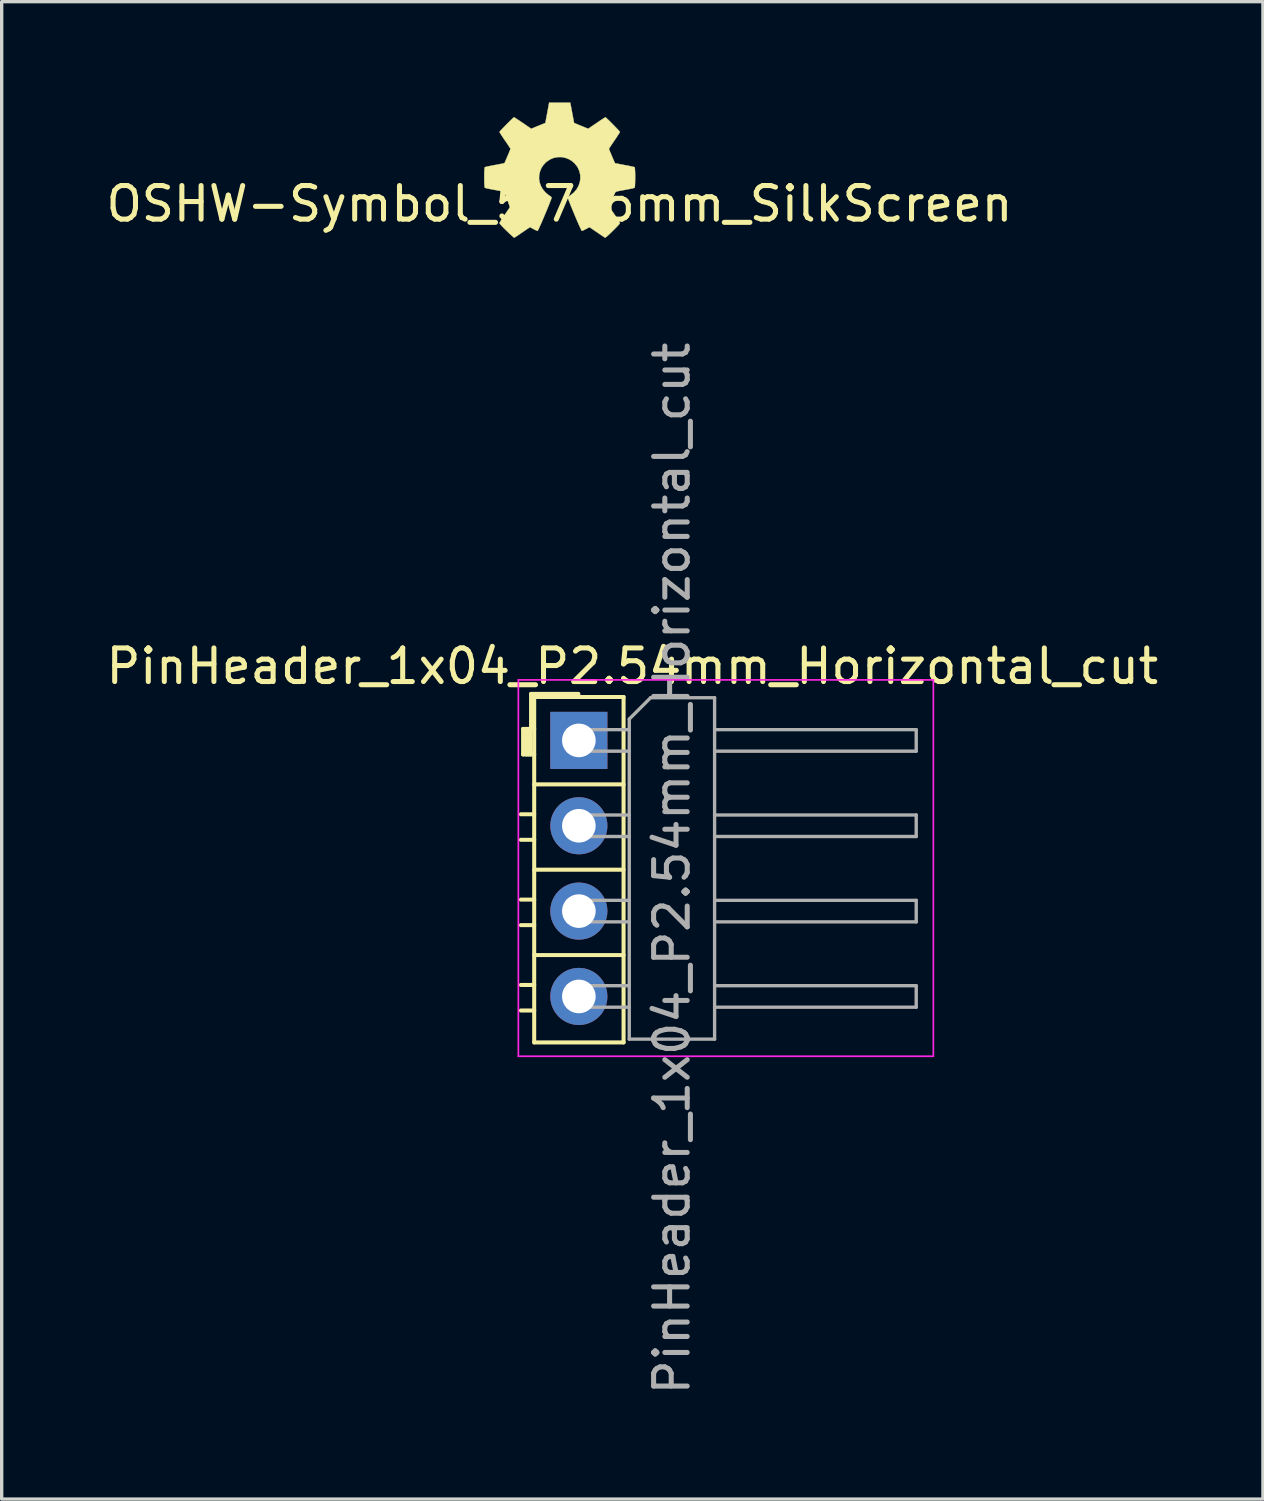
<source format=kicad_pcb>
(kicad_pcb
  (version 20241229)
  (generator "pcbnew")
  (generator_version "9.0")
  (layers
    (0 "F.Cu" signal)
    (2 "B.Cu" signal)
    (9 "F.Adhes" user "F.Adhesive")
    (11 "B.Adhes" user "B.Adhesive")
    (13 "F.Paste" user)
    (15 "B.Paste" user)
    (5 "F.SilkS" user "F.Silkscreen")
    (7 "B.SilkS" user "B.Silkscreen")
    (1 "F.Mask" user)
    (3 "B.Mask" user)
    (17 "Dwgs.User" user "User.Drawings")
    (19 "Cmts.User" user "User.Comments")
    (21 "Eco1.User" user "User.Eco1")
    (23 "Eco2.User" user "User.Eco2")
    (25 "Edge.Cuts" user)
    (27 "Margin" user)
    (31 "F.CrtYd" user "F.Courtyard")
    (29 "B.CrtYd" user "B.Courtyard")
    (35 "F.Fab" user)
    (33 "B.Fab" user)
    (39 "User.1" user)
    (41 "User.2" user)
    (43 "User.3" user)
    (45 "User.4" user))
  (footprint "PinHeader_1x04_P2.54mm_Horizontal_cut"
    (layer "F.Cu")
    (at 14.177 18.985)
    (property "Reference" "PinHeader_1x04_P2.54mm_Horizontal_cut" (at 1.591 -2.207 0) (layer "F.SilkS") (effects (font (size 1 1) (thickness 0.15))))
    (attr through_hole)
    (fp_line (start -1.726 2.198) (end -1.329 2.198) (stroke (width 0.12) (type solid)) (layer "F.SilkS"))
    (fp_line (start -1.726 2.958) (end -1.329 2.958) (stroke (width 0.12) (type solid)) (layer "F.SilkS"))
    (fp_line (start -1.726 4.738) (end -1.329 4.738) (stroke (width 0.12) (type solid)) (layer "F.SilkS"))
    (fp_line (start -1.726 5.498) (end -1.329 5.498) (stroke (width 0.12) (type solid)) (layer "F.SilkS"))
    (fp_line (start -1.726 7.278) (end -1.329 7.278) (stroke (width 0.12) (type solid)) (layer "F.SilkS"))
    (fp_line (start -1.726 8.038) (end -1.329 8.038) (stroke (width 0.12) (type solid)) (layer "F.SilkS"))
    (fp_line (start -1.659 -0.342) (end -1.329 -0.342) (stroke (width 0.12) (type solid)) (layer "F.SilkS"))
    (fp_line (start -1.659 0.418) (end -1.659 -0.342) (stroke (width 0.12) (type solid)) (layer "F.SilkS"))
    (fp_line (start -1.659 0.418) (end -1.329 0.418) (stroke (width 0.12) (type solid)) (layer "F.SilkS"))
    (fp_line (start -1.562 0.419) (end -1.562 -0.343) (stroke (width 0.12) (type solid)) (layer "F.SilkS"))
    (fp_line (start -1.499 -0.343) (end -1.499 0.419) (stroke (width 0.12) (type solid)) (layer "F.SilkS"))
    (fp_line (start -1.435 0.419) (end -1.435 -0.343) (stroke (width 0.12) (type solid)) (layer "F.SilkS"))
    (fp_line (start -1.422 -1.384) (end -0.013 -1.384) (stroke (width 0.12) (type solid)) (layer "F.SilkS"))
    (fp_line (start -1.422 -0.368) (end -1.422 -1.384) (stroke (width 0.12) (type solid)) (layer "F.SilkS"))
    (fp_line (start -1.329 -1.292) (end -1.329 8.988) (stroke (width 0.12) (type solid)) (layer "F.SilkS"))
    (fp_line (start -1.329 1.308) (end 1.331 1.308) (stroke (width 0.12) (type solid)) (layer "F.SilkS"))
    (fp_line (start -1.329 3.848) (end 1.331 3.848) (stroke (width 0.12) (type solid)) (layer "F.SilkS"))
    (fp_line (start -1.329 6.388) (end 1.331 6.388) (stroke (width 0.12) (type solid)) (layer "F.SilkS"))
    (fp_line (start -1.329 8.988) (end 1.331 8.988) (stroke (width 0.12) (type solid)) (layer "F.SilkS"))
    (fp_line (start 1.331 -1.292) (end -1.329 -1.292) (stroke (width 0.12) (type solid)) (layer "F.SilkS"))
    (fp_line (start 1.331 8.988) (end 1.331 -1.292) (stroke (width 0.12) (type solid)) (layer "F.SilkS"))
    (fp_line (start -1.8 -1.8) (end -1.8 9.4) (stroke (width 0.05) (type solid)) (layer "F.CrtYd"))
    (fp_line (start -1.8 9.4) (end 10.55 9.4) (stroke (width 0.05) (type solid)) (layer "F.CrtYd"))
    (fp_line (start 10.55 -1.8) (end -1.8 -1.8) (stroke (width 0.05) (type solid)) (layer "F.CrtYd"))
    (fp_line (start 10.55 9.4) (end 10.55 -1.8) (stroke (width 0.05) (type solid)) (layer "F.CrtYd"))
    (fp_line (start -0.32 -0.32) (end -0.32 0.32) (stroke (width 0.1) (type solid)) (layer "F.Fab"))
    (fp_line (start -0.32 -0.32) (end 1.5 -0.32) (stroke (width 0.1) (type solid)) (layer "F.Fab"))
    (fp_line (start -0.32 0.32) (end 1.5 0.32) (stroke (width 0.1) (type solid)) (layer "F.Fab"))
    (fp_line (start -0.32 2.22) (end -0.32 2.86) (stroke (width 0.1) (type solid)) (layer "F.Fab"))
    (fp_line (start -0.32 2.22) (end 1.5 2.22) (stroke (width 0.1) (type solid)) (layer "F.Fab"))
    (fp_line (start -0.32 2.86) (end 1.5 2.86) (stroke (width 0.1) (type solid)) (layer "F.Fab"))
    (fp_line (start -0.32 4.76) (end -0.32 5.4) (stroke (width 0.1) (type solid)) (layer "F.Fab"))
    (fp_line (start -0.32 4.76) (end 1.5 4.76) (stroke (width 0.1) (type solid)) (layer "F.Fab"))
    (fp_line (start -0.32 5.4) (end 1.5 5.4) (stroke (width 0.1) (type solid)) (layer "F.Fab"))
    (fp_line (start -0.32 7.3) (end -0.32 7.94) (stroke (width 0.1) (type solid)) (layer "F.Fab"))
    (fp_line (start -0.32 7.3) (end 1.5 7.3) (stroke (width 0.1) (type solid)) (layer "F.Fab"))
    (fp_line (start -0.32 7.94) (end 1.5 7.94) (stroke (width 0.1) (type solid)) (layer "F.Fab"))
    (fp_line (start 1.5 -0.635) (end 2.135 -1.27) (stroke (width 0.1) (type solid)) (layer "F.Fab"))
    (fp_line (start 1.5 8.89) (end 1.5 -0.635) (stroke (width 0.1) (type solid)) (layer "F.Fab"))
    (fp_line (start 2.135 -1.27) (end 4.04 -1.27) (stroke (width 0.1) (type solid)) (layer "F.Fab"))
    (fp_line (start 4.04 -1.27) (end 4.04 8.89) (stroke (width 0.1) (type solid)) (layer "F.Fab"))
    (fp_line (start 4.04 -0.32) (end 10.04 -0.32) (stroke (width 0.1) (type solid)) (layer "F.Fab"))
    (fp_line (start 4.04 0.32) (end 10.04 0.32) (stroke (width 0.1) (type solid)) (layer "F.Fab"))
    (fp_line (start 4.04 2.22) (end 10.04 2.22) (stroke (width 0.1) (type solid)) (layer "F.Fab"))
    (fp_line (start 4.04 2.86) (end 10.04 2.86) (stroke (width 0.1) (type solid)) (layer "F.Fab"))
    (fp_line (start 4.04 4.76) (end 10.04 4.76) (stroke (width 0.1) (type solid)) (layer "F.Fab"))
    (fp_line (start 4.04 5.4) (end 10.04 5.4) (stroke (width 0.1) (type solid)) (layer "F.Fab"))
    (fp_line (start 4.04 7.3) (end 10.04 7.3) (stroke (width 0.1) (type solid)) (layer "F.Fab"))
    (fp_line (start 4.04 7.94) (end 10.04 7.94) (stroke (width 0.1) (type solid)) (layer "F.Fab"))
    (fp_line (start 4.04 8.89) (end 1.5 8.89) (stroke (width 0.1) (type solid)) (layer "F.Fab"))
    (fp_line (start 10.04 -0.32) (end 10.04 0.32) (stroke (width 0.1) (type solid)) (layer "F.Fab"))
    (fp_line (start 10.04 2.22) (end 10.04 2.86) (stroke (width 0.1) (type solid)) (layer "F.Fab"))
    (fp_line (start 10.04 4.76) (end 10.04 5.4) (stroke (width 0.1) (type solid)) (layer "F.Fab"))
    (fp_line (start 10.04 7.3) (end 10.04 7.94) (stroke (width 0.1) (type solid)) (layer "F.Fab"))
    (fp_text user "${REFERENCE}" (at 2.77 3.81 90) (layer "F.Fab") (effects (font (size 1 1) (thickness 0.15))))
    (pad "1" thru_hole rect (at 0 0) (size 1.7 1.7) (drill 1) (layers "*.Cu" "*.Mask"))
    (pad "2" thru_hole oval (at 0 2.54) (size 1.7 1.7) (drill 1) (layers "*.Cu" "*.Mask"))
    (pad "3" thru_hole oval (at 0 5.08) (size 1.7 1.7) (drill 1) (layers "*.Cu" "*.Mask"))
    (pad "4" thru_hole oval (at 0 7.62) (size 1.7 1.7) (drill 1) (layers "*.Cu" "*.Mask")))
  (footprint "OSHW-Symbol_5.7x6mm_SilkScreen"
    (layer "F.Cu")
    (at 13.601 3.017)
    (property "Reference" "OSHW-Symbol_5.7x6mm_SilkScreen" (at 0 0 0) (layer "F.SilkS") (effects (font (size 1 1) (thickness 0.15))))
    (attr exclude_from_pos_files exclude_from_bom)
    (fp_poly (pts (xy 0.377 -2.71) (xy 0.434 -2.408) (xy 0.853 -2.235) (xy 1.105 -2.407) (xy 1.175 -2.454) (xy 1.239 -2.497) (xy 1.293 -2.532) (xy 1.334 -2.559) (xy 1.36 -2.574) (xy 1.367 -2.578) (xy 1.379 -2.569) (xy 1.406 -2.545) (xy 1.444 -2.509) (xy 1.491 -2.464) (xy 1.542 -2.413) (xy 1.596 -2.358) (xy 1.649 -2.304) (xy 1.698 -2.253) (xy 1.741 -2.208) (xy 1.773 -2.172) (xy 1.793 -2.148) (xy 1.798 -2.14) (xy 1.791 -2.125) (xy 1.772 -2.093) (xy 1.742 -2.047) (xy 1.705 -1.989) (xy 1.66 -1.923) (xy 1.635 -1.886) (xy 1.588 -1.817) (xy 1.546 -1.755) (xy 1.512 -1.703) (xy 1.487 -1.664) (xy 1.473 -1.641) (xy 1.471 -1.636) (xy 1.476 -1.622) (xy 1.489 -1.59) (xy 1.508 -1.544) (xy 1.531 -1.488) (xy 1.557 -1.427) (xy 1.583 -1.366) (xy 1.607 -1.31) (xy 1.628 -1.262) (xy 1.643 -1.228) (xy 1.651 -1.211) (xy 1.652 -1.211) (xy 1.665 -1.208) (xy 1.699 -1.201) (xy 1.75 -1.191) (xy 1.816 -1.178) (xy 1.893 -1.163) (xy 1.937 -1.155) (xy 2.019 -1.14) (xy 2.093 -1.125) (xy 2.155 -1.112) (xy 2.202 -1.101) (xy 2.23 -1.093) (xy 2.235 -1.091) (xy 2.241 -1.074) (xy 2.245 -1.037) (xy 2.248 -0.983) (xy 2.251 -0.917) (xy 2.252 -0.844) (xy 2.252 -0.767) (xy 2.251 -0.691) (xy 2.249 -0.621) (xy 2.246 -0.56) (xy 2.243 -0.514) (xy 2.238 -0.486) (xy 2.235 -0.48) (xy 2.217 -0.473) (xy 2.179 -0.463) (xy 2.127 -0.451) (xy 2.065 -0.439) (xy 2.043 -0.435) (xy 1.938 -0.415) (xy 1.855 -0.4) (xy 1.792 -0.388) (xy 1.745 -0.378) (xy 1.711 -0.37) (xy 1.689 -0.363) (xy 1.676 -0.357) (xy 1.667 -0.351) (xy 1.666 -0.35) (xy 1.655 -0.331) (xy 1.638 -0.294) (xy 1.616 -0.244) (xy 1.592 -0.185) (xy 1.567 -0.121) (xy 1.543 -0.058) (xy 1.522 0.001) (xy 1.505 0.05) (xy 1.494 0.086) (xy 1.492 0.104) (xy 1.492 0.104) (xy 1.501 0.119) (xy 1.523 0.151) (xy 1.554 0.197) (xy 1.593 0.253) (xy 1.637 0.318) (xy 1.649 0.336) (xy 1.694 0.402) (xy 1.733 0.462) (xy 1.765 0.513) (xy 1.787 0.552) (xy 1.798 0.574) (xy 1.798 0.576) (xy 1.789 0.591) (xy 1.765 0.619) (xy 1.729 0.658) (xy 1.683 0.706) (xy 1.632 0.758) (xy 1.577 0.812) (xy 1.523 0.865) (xy 1.472 0.913) (xy 1.427 0.955) (xy 1.391 0.985) (xy 1.368 1.003) (xy 1.362 1.006) (xy 1.347 0.999) (xy 1.316 0.981) (xy 1.275 0.954) (xy 1.244 0.933) (xy 1.187 0.894) (xy 1.119 0.847) (xy 1.051 0.801) (xy 1.014 0.776) (xy 0.891 0.693) (xy 0.787 0.749) (xy 0.74 0.773) (xy 0.7 0.792) (xy 0.672 0.803) (xy 0.665 0.805) (xy 0.657 0.794) (xy 0.641 0.762) (xy 0.617 0.713) (xy 0.588 0.649) (xy 0.555 0.574) (xy 0.518 0.489) (xy 0.48 0.399) (xy 0.441 0.306) (xy 0.402 0.213) (xy 0.365 0.123) (xy 0.331 0.039) (xy 0.301 -0.037) (xy 0.276 -0.1) (xy 0.258 -0.15) (xy 0.248 -0.182) (xy 0.246 -0.193) (xy 0.259 -0.206) (xy 0.288 -0.229) (xy 0.325 -0.256) (xy 0.329 -0.258) (xy 0.426 -0.336) (xy 0.505 -0.427) (xy 0.564 -0.528) (xy 0.603 -0.637) (xy 0.621 -0.749) (xy 0.617 -0.863) (xy 0.591 -0.976) (xy 0.542 -1.084) (xy 0.527 -1.108) (xy 0.452 -1.203) (xy 0.364 -1.28) (xy 0.265 -1.337) (xy 0.158 -1.375) (xy 0.047 -1.393) (xy -0.066 -1.39) (xy -0.176 -1.367) (xy -0.282 -1.322) (xy -0.38 -1.256) (xy -0.41 -1.23) (xy -0.488 -1.145) (xy -0.544 -1.057) (xy -0.582 -0.958) (xy -0.604 -0.86) (xy -0.609 -0.749) (xy -0.591 -0.638) (xy -0.553 -0.531) (xy -0.494 -0.43) (xy -0.418 -0.34) (xy -0.327 -0.264) (xy -0.315 -0.256) (xy -0.277 -0.23) (xy -0.248 -0.207) (xy -0.234 -0.193) (xy -0.234 -0.193) (xy -0.237 -0.177) (xy -0.248 -0.141) (xy -0.268 -0.089) (xy -0.293 -0.023) (xy -0.324 0.055) (xy -0.359 0.14) (xy -0.397 0.231) (xy -0.436 0.325) (xy -0.475 0.417) (xy -0.513 0.506) (xy -0.549 0.589) (xy -0.582 0.662) (xy -0.61 0.724) (xy -0.632 0.77) (xy -0.647 0.797) (xy -0.653 0.805) (xy -0.671 0.799) (xy -0.706 0.784) (xy -0.75 0.762) (xy -0.774 0.749) (xy -0.878 0.693) (xy -1.002 0.776) (xy -1.065 0.819) (xy -1.134 0.866) (xy -1.199 0.911) (xy -1.231 0.933) (xy -1.277 0.963) (xy -1.315 0.988) (xy -1.342 1.003) (xy -1.351 1.006) (xy -1.363 0.997) (xy -1.391 0.974) (xy -1.431 0.937) (xy -1.482 0.891) (xy -1.539 0.836) (xy -1.575 0.801) (xy -1.639 0.739) (xy -1.694 0.683) (xy -1.738 0.636) (xy -1.769 0.601) (xy -1.784 0.579) (xy -1.786 0.575) (xy -1.779 0.558) (xy -1.76 0.524) (xy -1.73 0.476) (xy -1.693 0.419) (xy -1.649 0.354) (xy -1.637 0.336) (xy -1.592 0.27) (xy -1.551 0.211) (xy -1.518 0.162) (xy -1.493 0.126) (xy -1.481 0.107) (xy -1.479 0.104) (xy -1.481 0.089) (xy -1.491 0.055) (xy -1.507 0.006) (xy -1.528 -0.052) (xy -1.552 -0.115) (xy -1.577 -0.178) (xy -1.601 -0.238) (xy -1.623 -0.29) (xy -1.641 -0.328) (xy -1.653 -0.349) (xy -1.654 -0.35) (xy -1.661 -0.356) (xy -1.674 -0.362) (xy -1.694 -0.369) (xy -1.725 -0.376) (xy -1.769 -0.386) (xy -1.829 -0.397) (xy -1.908 -0.412) (xy -2.009 -0.431) (xy -2.03 -0.435) (xy -2.095 -0.447) (xy -2.151 -0.459) (xy -2.194 -0.47) (xy -2.219 -0.478) (xy -2.222 -0.48) (xy -2.228 -0.497) (xy -2.232 -0.534) (xy -2.235 -0.588) (xy -2.238 -0.654) (xy -2.239 -0.728) (xy -2.239 -0.804) (xy -2.239 -0.88) (xy -2.237 -0.95) (xy -2.234 -1.011) (xy -2.23 -1.057) (xy -2.225 -1.085) (xy -2.223 -1.091) (xy -2.206 -1.096) (xy -2.169 -1.106) (xy -2.114 -1.118) (xy -2.045 -1.132) (xy -1.967 -1.147) (xy -1.925 -1.155) (xy -1.844 -1.17) (xy -1.772 -1.184) (xy -1.712 -1.196) (xy -1.668 -1.204) (xy -1.643 -1.21) (xy -1.639 -1.211) (xy -1.633 -1.224) (xy -1.618 -1.256) (xy -1.598 -1.302) (xy -1.574 -1.358) (xy -1.548 -1.418) (xy -1.522 -1.479) (xy -1.498 -1.536) (xy -1.479 -1.584) (xy -1.465 -1.619) (xy -1.459 -1.636) (xy -1.459 -1.637) (xy -1.465 -1.65) (xy -1.485 -1.681) (xy -1.514 -1.727) (xy -1.552 -1.784) (xy -1.596 -1.849) (xy -1.622 -1.886) (xy -1.669 -1.955) (xy -1.71 -2.017) (xy -1.745 -2.07) (xy -1.77 -2.11) (xy -1.784 -2.135) (xy -1.786 -2.14) (xy -1.777 -2.153) (xy -1.754 -2.18) (xy -1.718 -2.219) (xy -1.673 -2.266) (xy -1.623 -2.318) (xy -1.569 -2.373) (xy -1.516 -2.426) (xy -1.465 -2.476) (xy -1.421 -2.519) (xy -1.385 -2.553) (xy -1.362 -2.573) (xy -1.354 -2.578) (xy -1.341 -2.571) (xy -1.311 -2.552) (xy -1.265 -2.522) (xy -1.208 -2.485) (xy -1.142 -2.44) (xy -1.092 -2.407) (xy -0.841 -2.235) (xy -0.631 -2.322) (xy -0.421 -2.408) (xy -0.364 -2.71) (xy -0.308 -3.012) (xy 0.32 -3.012) (xy 0.377 -2.71)) (stroke (width 0.01) (type solid)) (fill yes) (layer "F.SilkS")))
  (gr_rect
    (start -3 -3)
    (end 34.536 41.563)
    (stroke (width 0.1) (type default))
    (fill no)
    (layer "Edge.Cuts")))
</source>
